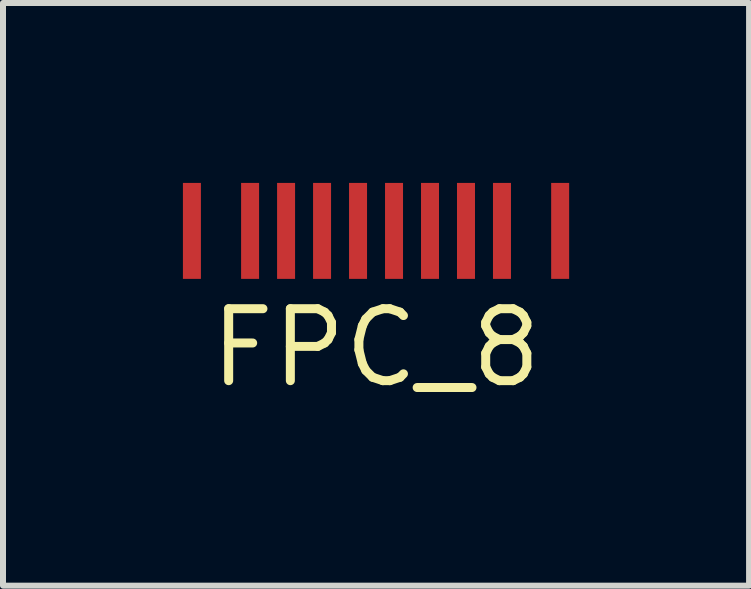
<source format=kicad_pcb>
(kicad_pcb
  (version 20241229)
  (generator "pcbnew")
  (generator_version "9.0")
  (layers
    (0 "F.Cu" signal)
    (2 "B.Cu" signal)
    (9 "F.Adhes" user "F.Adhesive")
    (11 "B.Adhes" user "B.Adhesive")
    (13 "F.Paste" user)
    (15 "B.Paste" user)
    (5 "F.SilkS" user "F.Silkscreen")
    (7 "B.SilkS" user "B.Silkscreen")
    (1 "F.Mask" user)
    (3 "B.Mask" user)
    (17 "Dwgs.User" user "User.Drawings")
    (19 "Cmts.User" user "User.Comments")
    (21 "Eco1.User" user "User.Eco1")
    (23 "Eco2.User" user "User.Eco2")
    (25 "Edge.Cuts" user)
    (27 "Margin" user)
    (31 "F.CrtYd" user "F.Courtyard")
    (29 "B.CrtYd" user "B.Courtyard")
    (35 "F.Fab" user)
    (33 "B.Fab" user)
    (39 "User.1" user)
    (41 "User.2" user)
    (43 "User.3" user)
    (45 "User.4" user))
  (footprint "FPC_8"
    (layer "F.Cu")
    (at 3.22 0.8)
    (property "Reference" "FPC_8" (at 0 1.95 0) (layer "F.SilkS") (effects (font (size 1.2 1.2) (thickness 0.15))))
    (attr through_hole)
    (pad "1" smd rect (at -3.07 0) (size 0.3 1.6) (layers "F.Cu" "F.Mask" "F.Paste"))
    (pad "2" smd rect (at -2.1 0) (size 0.3 1.6) (layers "F.Cu" "F.Mask" "F.Paste"))
    (pad "3" smd rect (at -1.5 0) (size 0.3 1.6) (layers "F.Cu" "F.Mask" "F.Paste"))
    (pad "4" smd rect (at -0.9 0) (size 0.3 1.6) (layers "F.Cu" "F.Mask" "F.Paste"))
    (pad "5" smd rect (at -0.3 0) (size 0.3 1.6) (layers "F.Cu" "F.Mask" "F.Paste"))
    (pad "6" smd rect (at 0.3 0) (size 0.3 1.6) (layers "F.Cu" "F.Mask" "F.Paste"))
    (pad "7" smd rect (at 0.9 0) (size 0.3 1.6) (layers "F.Cu" "F.Mask" "F.Paste"))
    (pad "8" smd rect (at 1.5 0) (size 0.3 1.6) (layers "F.Cu" "F.Mask" "F.Paste"))
    (pad "9" smd rect (at 2.1 0) (size 0.3 1.6) (layers "F.Cu" "F.Mask" "F.Paste"))
    (pad "10" smd rect (at 3.07 0) (size 0.3 1.6) (layers "F.Cu" "F.Mask" "F.Paste")))
  (gr_rect
    (start -3 -3)
    (end 9.44 6.715)
    (stroke (width 0.1) (type default))
    (fill no)
    (layer "Edge.Cuts")))
</source>
